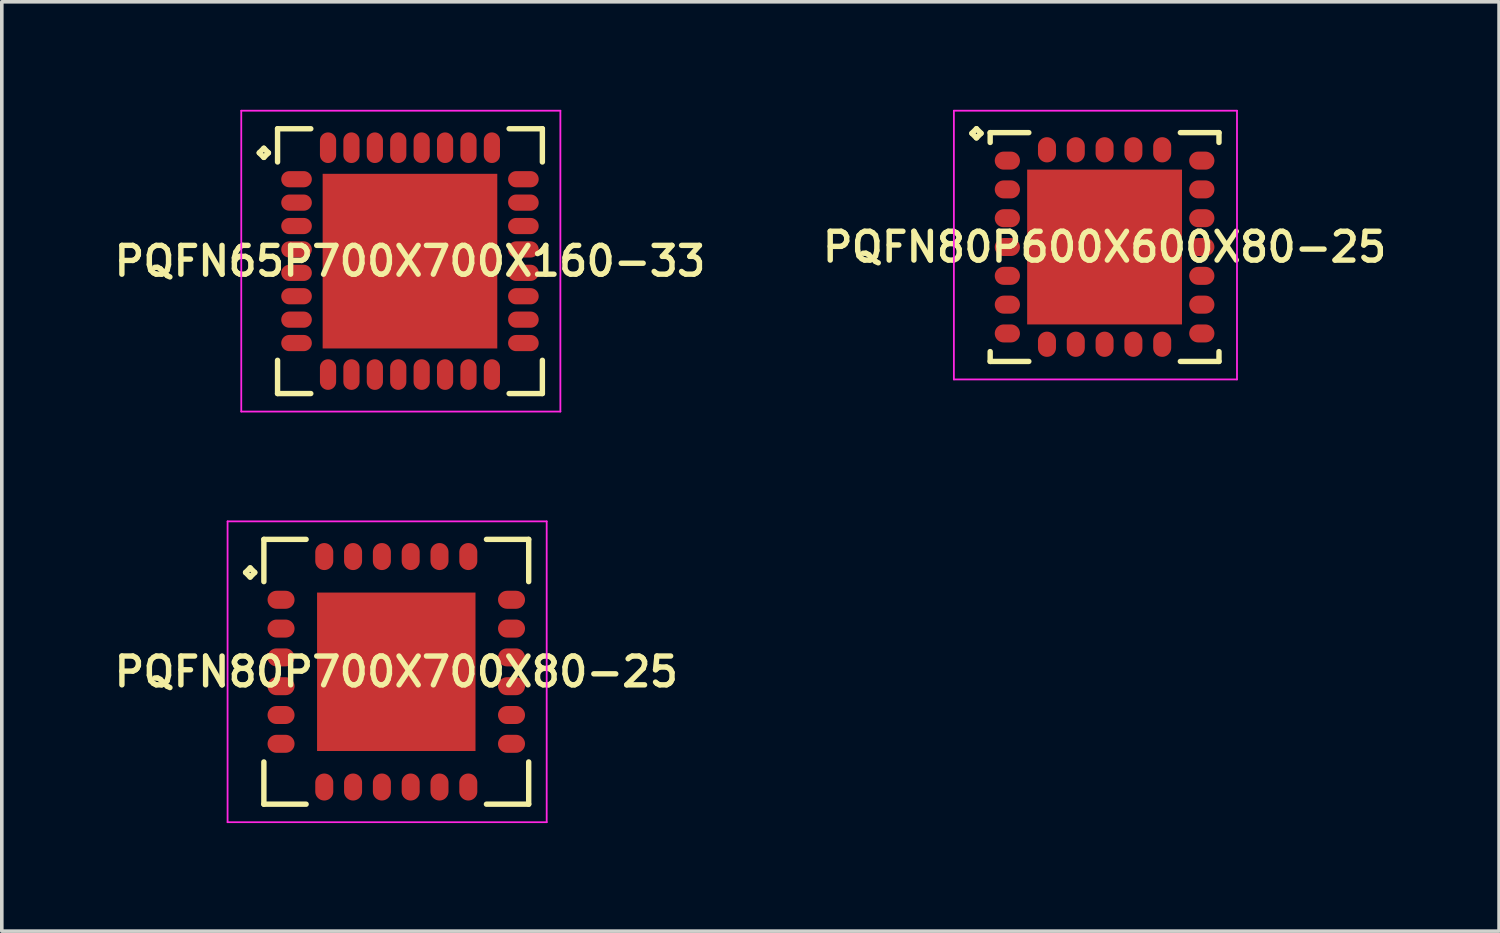
<source format=kicad_pcb>
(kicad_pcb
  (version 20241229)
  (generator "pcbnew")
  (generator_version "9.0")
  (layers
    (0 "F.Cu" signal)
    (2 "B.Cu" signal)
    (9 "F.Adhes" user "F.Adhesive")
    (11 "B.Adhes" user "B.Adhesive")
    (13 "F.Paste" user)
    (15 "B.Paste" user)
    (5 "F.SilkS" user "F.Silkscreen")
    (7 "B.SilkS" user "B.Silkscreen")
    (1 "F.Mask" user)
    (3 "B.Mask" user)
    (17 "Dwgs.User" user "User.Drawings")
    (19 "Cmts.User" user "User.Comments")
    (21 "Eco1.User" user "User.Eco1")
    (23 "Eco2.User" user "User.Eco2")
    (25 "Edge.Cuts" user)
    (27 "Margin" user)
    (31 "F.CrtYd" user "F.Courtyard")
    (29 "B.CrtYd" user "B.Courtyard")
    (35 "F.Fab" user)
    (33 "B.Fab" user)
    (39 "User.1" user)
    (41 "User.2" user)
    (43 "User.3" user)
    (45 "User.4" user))
  (footprint "PQFN65P700X700X160-33"
    (layer "F.Cu")
    (at 8.335 4.202)
    (property "Reference" "PQFN65P700X700X160-33" (at 0 0 0) (layer "F.SilkS") (effects (font (size 0.8 0.8) (thickness 0.15))))
    (attr smd)
    (fp_line (start -4.185 -3.008) (end -4.058 -3.135) (stroke (width 0.15) (type solid)) (layer "F.SilkS"))
    (fp_line (start -4.058 -3.135) (end -3.931 -3.008) (stroke (width 0.15) (type solid)) (layer "F.SilkS"))
    (fp_line (start -4.058 -2.881) (end -4.185 -3.008) (stroke (width 0.15) (type solid)) (layer "F.SilkS"))
    (fp_line (start -3.931 -3.008) (end -4.058 -2.881) (stroke (width 0.15) (type solid)) (layer "F.SilkS"))
    (fp_line (start -3.677 -3.677) (end -2.754 -3.677) (stroke (width 0.15) (type solid)) (layer "F.SilkS"))
    (fp_line (start -3.677 -2.754) (end -3.677 -3.677) (stroke (width 0.15) (type solid)) (layer "F.SilkS"))
    (fp_line (start -3.677 2.754) (end -3.677 3.677) (stroke (width 0.15) (type solid)) (layer "F.SilkS"))
    (fp_line (start -3.677 3.677) (end -2.754 3.677) (stroke (width 0.15) (type solid)) (layer "F.SilkS"))
    (fp_line (start 2.754 -3.677) (end 3.677 -3.677) (stroke (width 0.15) (type solid)) (layer "F.SilkS"))
    (fp_line (start 2.754 3.677) (end 3.677 3.677) (stroke (width 0.15) (type solid)) (layer "F.SilkS"))
    (fp_line (start 3.677 -3.677) (end 3.677 -2.754) (stroke (width 0.15) (type solid)) (layer "F.SilkS"))
    (fp_line (start 3.677 3.677) (end 3.677 2.754) (stroke (width 0.15) (type solid)) (layer "F.SilkS"))
    (fp_line (start -4.685 -4.177) (end 4.177 -4.177) (stroke (width 0.05) (type solid)) (layer "F.CrtYd"))
    (fp_line (start -4.685 4.177) (end -4.685 -4.177) (stroke (width 0.05) (type solid)) (layer "F.CrtYd"))
    (fp_line (start 4.177 -4.177) (end 4.177 4.177) (stroke (width 0.05) (type solid)) (layer "F.CrtYd"))
    (fp_line (start 4.177 4.177) (end -4.685 4.177) (stroke (width 0.05) (type solid)) (layer "F.CrtYd"))
    (pad "1" smd oval (at -3.15 -2.275) (size 0.85 0.45) (layers "F.Cu" "F.Mask" "F.Paste"))
    (pad "2" smd oval (at -3.15 -1.625) (size 0.85 0.45) (layers "F.Cu" "F.Mask" "F.Paste"))
    (pad "3" smd oval (at -3.15 -0.975) (size 0.85 0.45) (layers "F.Cu" "F.Mask" "F.Paste"))
    (pad "4" smd oval (at -3.15 -0.325) (size 0.85 0.45) (layers "F.Cu" "F.Mask" "F.Paste"))
    (pad "5" smd oval (at -3.15 0.325) (size 0.85 0.45) (layers "F.Cu" "F.Mask" "F.Paste"))
    (pad "6" smd oval (at -3.15 0.975) (size 0.85 0.45) (layers "F.Cu" "F.Mask" "F.Paste"))
    (pad "7" smd oval (at -3.15 1.625) (size 0.85 0.45) (layers "F.Cu" "F.Mask" "F.Paste"))
    (pad "8" smd oval (at -3.15 2.275) (size 0.85 0.45) (layers "F.Cu" "F.Mask" "F.Paste"))
    (pad "9" smd oval (at -2.275 3.15) (size 0.45 0.85) (layers "F.Cu" "F.Mask" "F.Paste"))
    (pad "10" smd oval (at -1.625 3.15) (size 0.45 0.85) (layers "F.Cu" "F.Mask" "F.Paste"))
    (pad "11" smd oval (at -0.975 3.15) (size 0.45 0.85) (layers "F.Cu" "F.Mask" "F.Paste"))
    (pad "12" smd oval (at -0.325 3.15) (size 0.45 0.85) (layers "F.Cu" "F.Mask" "F.Paste"))
    (pad "13" smd oval (at 0.325 3.15) (size 0.45 0.85) (layers "F.Cu" "F.Mask" "F.Paste"))
    (pad "14" smd oval (at 0.975 3.15) (size 0.45 0.85) (layers "F.Cu" "F.Mask" "F.Paste"))
    (pad "15" smd oval (at 1.625 3.15) (size 0.45 0.85) (layers "F.Cu" "F.Mask" "F.Paste"))
    (pad "16" smd oval (at 2.275 3.15) (size 0.45 0.85) (layers "F.Cu" "F.Mask" "F.Paste"))
    (pad "17" smd oval (at 3.15 2.275) (size 0.85 0.45) (layers "F.Cu" "F.Mask" "F.Paste"))
    (pad "18" smd oval (at 3.15 1.625) (size 0.85 0.45) (layers "F.Cu" "F.Mask" "F.Paste"))
    (pad "19" smd oval (at 3.15 0.975) (size 0.85 0.45) (layers "F.Cu" "F.Mask" "F.Paste"))
    (pad "20" smd oval (at 3.15 0.325) (size 0.85 0.45) (layers "F.Cu" "F.Mask" "F.Paste"))
    (pad "21" smd oval (at 3.15 -0.325) (size 0.85 0.45) (layers "F.Cu" "F.Mask" "F.Paste"))
    (pad "22" smd oval (at 3.15 -0.975) (size 0.85 0.45) (layers "F.Cu" "F.Mask" "F.Paste"))
    (pad "23" smd oval (at 3.15 -1.625) (size 0.85 0.45) (layers "F.Cu" "F.Mask" "F.Paste"))
    (pad "24" smd oval (at 3.15 -2.275) (size 0.85 0.45) (layers "F.Cu" "F.Mask" "F.Paste"))
    (pad "25" smd oval (at 2.275 -3.15) (size 0.45 0.85) (layers "F.Cu" "F.Mask" "F.Paste"))
    (pad "26" smd oval (at 1.625 -3.15) (size 0.45 0.85) (layers "F.Cu" "F.Mask" "F.Paste"))
    (pad "27" smd oval (at 0.975 -3.15) (size 0.45 0.85) (layers "F.Cu" "F.Mask" "F.Paste"))
    (pad "28" smd oval (at 0.325 -3.15) (size 0.45 0.85) (layers "F.Cu" "F.Mask" "F.Paste"))
    (pad "29" smd oval (at -0.325 -3.15) (size 0.45 0.85) (layers "F.Cu" "F.Mask" "F.Paste"))
    (pad "30" smd oval (at -0.975 -3.15) (size 0.45 0.85) (layers "F.Cu" "F.Mask" "F.Paste"))
    (pad "31" smd oval (at -1.625 -3.15) (size 0.45 0.85) (layers "F.Cu" "F.Mask" "F.Paste"))
    (pad "32" smd oval (at -2.275 -3.15) (size 0.45 0.85) (layers "F.Cu" "F.Mask" "F.Paste"))
    (pad "33" smd rect (at 0 0) (size 4.85 4.85) (layers "F.Cu" "F.Mask" "F.Paste")))
  (footprint "PQFN80P600X600X80-25"
    (layer "F.Cu")
    (at 27.625 3.81)
    (property "Reference" "PQFN80P600X600X80-25" (at 0 0 0) (layer "F.SilkS") (effects (font (size 0.8 0.8) (thickness 0.15))))
    (attr smd)
    (fp_line (start -3.685 -3.158) (end -3.558 -3.285) (stroke (width 0.15) (type solid)) (layer "F.SilkS"))
    (fp_line (start -3.558 -3.285) (end -3.431 -3.158) (stroke (width 0.15) (type solid)) (layer "F.SilkS"))
    (fp_line (start -3.558 -3.031) (end -3.685 -3.158) (stroke (width 0.15) (type solid)) (layer "F.SilkS"))
    (fp_line (start -3.431 -3.158) (end -3.558 -3.031) (stroke (width 0.15) (type solid)) (layer "F.SilkS"))
    (fp_line (start -3.177 -3.177) (end -2.104 -3.177) (stroke (width 0.15) (type solid)) (layer "F.SilkS"))
    (fp_line (start -3.177 -2.904) (end -3.177 -3.177) (stroke (width 0.15) (type solid)) (layer "F.SilkS"))
    (fp_line (start -3.177 2.904) (end -3.177 3.177) (stroke (width 0.15) (type solid)) (layer "F.SilkS"))
    (fp_line (start -3.177 3.177) (end -2.104 3.177) (stroke (width 0.15) (type solid)) (layer "F.SilkS"))
    (fp_line (start 2.104 -3.177) (end 3.177 -3.177) (stroke (width 0.15) (type solid)) (layer "F.SilkS"))
    (fp_line (start 2.104 3.177) (end 3.177 3.177) (stroke (width 0.15) (type solid)) (layer "F.SilkS"))
    (fp_line (start 3.177 -3.177) (end 3.177 -2.904) (stroke (width 0.15) (type solid)) (layer "F.SilkS"))
    (fp_line (start 3.177 3.177) (end 3.177 2.904) (stroke (width 0.15) (type solid)) (layer "F.SilkS"))
    (fp_line (start -4.185 -3.785) (end 3.677 -3.785) (stroke (width 0.05) (type solid)) (layer "F.CrtYd"))
    (fp_line (start -4.185 3.677) (end -4.185 -3.785) (stroke (width 0.05) (type solid)) (layer "F.CrtYd"))
    (fp_line (start 3.677 -3.785) (end 3.677 3.677) (stroke (width 0.05) (type solid)) (layer "F.CrtYd"))
    (fp_line (start 3.677 3.677) (end -4.185 3.677) (stroke (width 0.05) (type solid)) (layer "F.CrtYd"))
    (pad "1" smd oval (at -2.7 -2.4) (size 0.7 0.5) (layers "F.Cu" "F.Mask" "F.Paste"))
    (pad "2" smd oval (at -2.7 -1.6) (size 0.7 0.5) (layers "F.Cu" "F.Mask" "F.Paste"))
    (pad "3" smd oval (at -2.7 -0.8) (size 0.7 0.5) (layers "F.Cu" "F.Mask" "F.Paste"))
    (pad "4" smd oval (at -2.7 0) (size 0.7 0.5) (layers "F.Cu" "F.Mask" "F.Paste"))
    (pad "5" smd oval (at -2.7 0.8) (size 0.7 0.5) (layers "F.Cu" "F.Mask" "F.Paste"))
    (pad "6" smd oval (at -2.7 1.6) (size 0.7 0.5) (layers "F.Cu" "F.Mask" "F.Paste"))
    (pad "7" smd oval (at -2.7 2.4) (size 0.7 0.5) (layers "F.Cu" "F.Mask" "F.Paste"))
    (pad "8" smd oval (at -1.6 2.7) (size 0.5 0.7) (layers "F.Cu" "F.Mask" "F.Paste"))
    (pad "9" smd oval (at -0.8 2.7) (size 0.5 0.7) (layers "F.Cu" "F.Mask" "F.Paste"))
    (pad "10" smd oval (at 0 2.7) (size 0.5 0.7) (layers "F.Cu" "F.Mask" "F.Paste"))
    (pad "11" smd oval (at 0.8 2.7) (size 0.5 0.7) (layers "F.Cu" "F.Mask" "F.Paste"))
    (pad "12" smd oval (at 1.6 2.7) (size 0.5 0.7) (layers "F.Cu" "F.Mask" "F.Paste"))
    (pad "13" smd oval (at 2.7 2.4) (size 0.7 0.5) (layers "F.Cu" "F.Mask" "F.Paste"))
    (pad "14" smd oval (at 2.7 1.6) (size 0.7 0.5) (layers "F.Cu" "F.Mask" "F.Paste"))
    (pad "15" smd oval (at 2.7 0.8) (size 0.7 0.5) (layers "F.Cu" "F.Mask" "F.Paste"))
    (pad "16" smd oval (at 2.7 0) (size 0.7 0.5) (layers "F.Cu" "F.Mask" "F.Paste"))
    (pad "17" smd oval (at 2.7 -0.8) (size 0.7 0.5) (layers "F.Cu" "F.Mask" "F.Paste"))
    (pad "18" smd oval (at 2.7 -1.6) (size 0.7 0.5) (layers "F.Cu" "F.Mask" "F.Paste"))
    (pad "19" smd oval (at 2.7 -2.4) (size 0.7 0.5) (layers "F.Cu" "F.Mask" "F.Paste"))
    (pad "20" smd oval (at 1.6 -2.7) (size 0.5 0.7) (layers "F.Cu" "F.Mask" "F.Paste"))
    (pad "21" smd oval (at 0.8 -2.7) (size 0.5 0.7) (layers "F.Cu" "F.Mask" "F.Paste"))
    (pad "22" smd oval (at 0 -2.7) (size 0.5 0.7) (layers "F.Cu" "F.Mask" "F.Paste"))
    (pad "23" smd oval (at -0.8 -2.7) (size 0.5 0.7) (layers "F.Cu" "F.Mask" "F.Paste"))
    (pad "24" smd oval (at -1.6 -2.7) (size 0.5 0.7) (layers "F.Cu" "F.Mask" "F.Paste"))
    (pad "25" smd rect (at 0 0) (size 4.3 4.3) (layers "F.Cu" "F.Mask" "F.Paste")))
  (footprint "PQFN80P700X700X80-25"
    (layer "F.Cu")
    (at 7.955 15.606)
    (property "Reference" "PQFN80P700X700X80-25" (at 0 0 0) (layer "F.SilkS") (effects (font (size 0.8 0.8) (thickness 0.15))))
    (attr smd)
    (fp_line (start -4.185 -2.758) (end -4.058 -2.885) (stroke (width 0.15) (type solid)) (layer "F.SilkS"))
    (fp_line (start -4.058 -2.885) (end -3.931 -2.758) (stroke (width 0.15) (type solid)) (layer "F.SilkS"))
    (fp_line (start -4.058 -2.631) (end -4.185 -2.758) (stroke (width 0.15) (type solid)) (layer "F.SilkS"))
    (fp_line (start -3.931 -2.758) (end -4.058 -2.631) (stroke (width 0.15) (type solid)) (layer "F.SilkS"))
    (fp_line (start -3.677 -3.677) (end -2.504 -3.677) (stroke (width 0.15) (type solid)) (layer "F.SilkS"))
    (fp_line (start -3.677 -2.504) (end -3.677 -3.677) (stroke (width 0.15) (type solid)) (layer "F.SilkS"))
    (fp_line (start -3.677 2.504) (end -3.677 3.677) (stroke (width 0.15) (type solid)) (layer "F.SilkS"))
    (fp_line (start -3.677 3.677) (end -2.504 3.677) (stroke (width 0.15) (type solid)) (layer "F.SilkS"))
    (fp_line (start 2.504 -3.677) (end 3.677 -3.677) (stroke (width 0.15) (type solid)) (layer "F.SilkS"))
    (fp_line (start 2.504 3.677) (end 3.677 3.677) (stroke (width 0.15) (type solid)) (layer "F.SilkS"))
    (fp_line (start 3.677 -3.677) (end 3.677 -2.504) (stroke (width 0.15) (type solid)) (layer "F.SilkS"))
    (fp_line (start 3.677 3.677) (end 3.677 2.504) (stroke (width 0.15) (type solid)) (layer "F.SilkS"))
    (fp_line (start -4.685 -4.177) (end 4.177 -4.177) (stroke (width 0.05) (type solid)) (layer "F.CrtYd"))
    (fp_line (start -4.685 4.177) (end -4.685 -4.177) (stroke (width 0.05) (type solid)) (layer "F.CrtYd"))
    (fp_line (start 4.177 -4.177) (end 4.177 4.177) (stroke (width 0.05) (type solid)) (layer "F.CrtYd"))
    (fp_line (start 4.177 4.177) (end -4.685 4.177) (stroke (width 0.05) (type solid)) (layer "F.CrtYd"))
    (pad "1" smd oval (at -3.2 -2) (size 0.75 0.5) (layers "F.Cu" "F.Mask" "F.Paste"))
    (pad "2" smd oval (at -3.2 -1.2) (size 0.75 0.5) (layers "F.Cu" "F.Mask" "F.Paste"))
    (pad "3" smd oval (at -3.2 -0.4) (size 0.75 0.5) (layers "F.Cu" "F.Mask" "F.Paste"))
    (pad "4" smd oval (at -3.2 0.4) (size 0.75 0.5) (layers "F.Cu" "F.Mask" "F.Paste"))
    (pad "5" smd oval (at -3.2 1.2) (size 0.75 0.5) (layers "F.Cu" "F.Mask" "F.Paste"))
    (pad "6" smd oval (at -3.2 2) (size 0.75 0.5) (layers "F.Cu" "F.Mask" "F.Paste"))
    (pad "7" smd oval (at -2 3.2) (size 0.5 0.75) (layers "F.Cu" "F.Mask" "F.Paste"))
    (pad "8" smd oval (at -1.2 3.2) (size 0.5 0.75) (layers "F.Cu" "F.Mask" "F.Paste"))
    (pad "9" smd oval (at -0.4 3.2) (size 0.5 0.75) (layers "F.Cu" "F.Mask" "F.Paste"))
    (pad "10" smd oval (at 0.4 3.2) (size 0.5 0.75) (layers "F.Cu" "F.Mask" "F.Paste"))
    (pad "11" smd oval (at 1.2 3.2) (size 0.5 0.75) (layers "F.Cu" "F.Mask" "F.Paste"))
    (pad "12" smd oval (at 2 3.2) (size 0.5 0.75) (layers "F.Cu" "F.Mask" "F.Paste"))
    (pad "13" smd oval (at 3.2 2) (size 0.75 0.5) (layers "F.Cu" "F.Mask" "F.Paste"))
    (pad "14" smd oval (at 3.2 1.2) (size 0.75 0.5) (layers "F.Cu" "F.Mask" "F.Paste"))
    (pad "15" smd oval (at 3.2 0.4) (size 0.75 0.5) (layers "F.Cu" "F.Mask" "F.Paste"))
    (pad "16" smd oval (at 3.2 -0.4) (size 0.75 0.5) (layers "F.Cu" "F.Mask" "F.Paste"))
    (pad "17" smd oval (at 3.2 -1.2) (size 0.75 0.5) (layers "F.Cu" "F.Mask" "F.Paste"))
    (pad "18" smd oval (at 3.2 -2) (size 0.75 0.5) (layers "F.Cu" "F.Mask" "F.Paste"))
    (pad "19" smd oval (at 2 -3.2) (size 0.5 0.75) (layers "F.Cu" "F.Mask" "F.Paste"))
    (pad "20" smd oval (at 1.2 -3.2) (size 0.5 0.75) (layers "F.Cu" "F.Mask" "F.Paste"))
    (pad "21" smd oval (at 0.4 -3.2) (size 0.5 0.75) (layers "F.Cu" "F.Mask" "F.Paste"))
    (pad "22" smd oval (at -0.4 -3.2) (size 0.5 0.75) (layers "F.Cu" "F.Mask" "F.Paste"))
    (pad "23" smd oval (at -1.2 -3.2) (size 0.5 0.75) (layers "F.Cu" "F.Mask" "F.Paste"))
    (pad "24" smd oval (at -2 -3.2) (size 0.5 0.75) (layers "F.Cu" "F.Mask" "F.Paste"))
    (pad "25" smd rect (at 0 0) (size 4.4 4.4) (layers "F.Cu" "F.Mask" "F.Paste")))
  (gr_rect
    (start -3 -3)
    (end 38.58 22.808)
    (stroke (width 0.1) (type default))
    (fill no)
    (layer "Edge.Cuts")))
</source>
